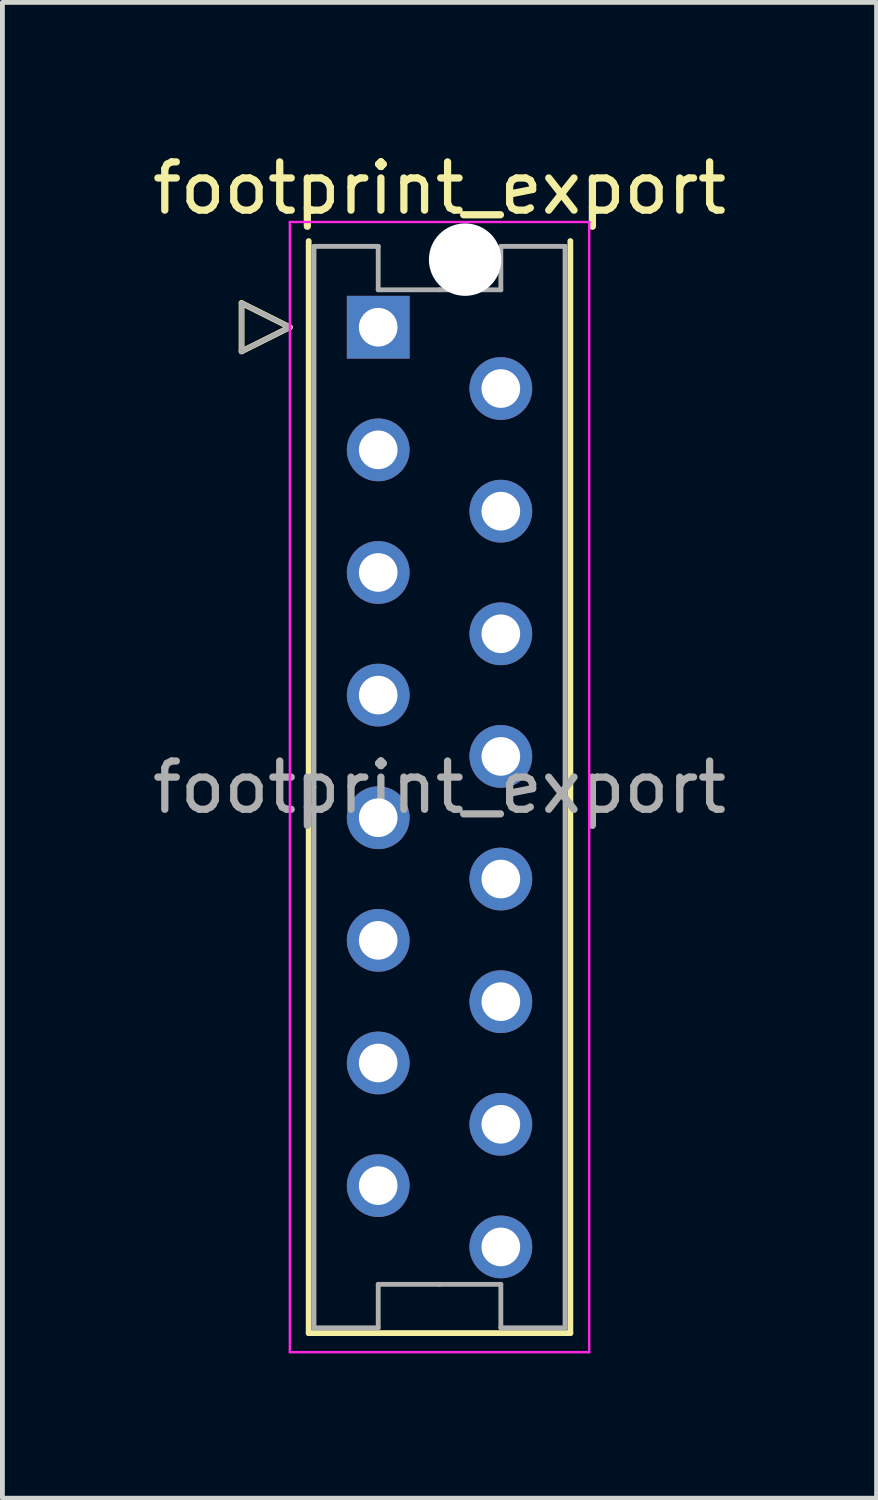
<source format=kicad_pcb>
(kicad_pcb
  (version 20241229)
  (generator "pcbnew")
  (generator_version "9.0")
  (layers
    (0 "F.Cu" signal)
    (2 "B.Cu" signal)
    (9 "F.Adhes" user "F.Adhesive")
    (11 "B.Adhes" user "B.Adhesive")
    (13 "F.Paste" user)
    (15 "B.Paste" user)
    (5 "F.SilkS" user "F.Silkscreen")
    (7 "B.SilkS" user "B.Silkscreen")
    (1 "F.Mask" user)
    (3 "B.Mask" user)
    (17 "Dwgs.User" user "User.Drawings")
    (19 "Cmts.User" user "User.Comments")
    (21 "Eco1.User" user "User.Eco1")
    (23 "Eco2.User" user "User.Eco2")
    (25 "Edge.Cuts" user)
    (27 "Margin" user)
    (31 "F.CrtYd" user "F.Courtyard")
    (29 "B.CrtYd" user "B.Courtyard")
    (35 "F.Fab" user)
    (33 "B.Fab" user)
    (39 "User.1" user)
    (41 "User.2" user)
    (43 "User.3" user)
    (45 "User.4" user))
  (footprint "footprint_export"
    (layer "F.Cu")
    (at 4.784 3.728)
    (property "Reference" "footprint_export" (at 1.27 -2.88 0) (layer "F.SilkS") (effects (font (size 1 1) (thickness 0.15))))
    (attr through_hole)
    (fp_line (start -2.83 -0.5) (end -1.83 0) (stroke (width 0.12) (type solid)) (layer "F.SilkS"))
    (fp_line (start -2.83 0.5) (end -2.83 -0.5) (stroke (width 0.12) (type solid)) (layer "F.SilkS"))
    (fp_line (start -1.83 0) (end -2.83 0.5) (stroke (width 0.12) (type solid)) (layer "F.SilkS"))
    (fp_line (start -1.44 -1.785) (end -1.44 20.835) (stroke (width 0.12) (type solid)) (layer "F.SilkS"))
    (fp_line (start -1.44 20.835) (end 3.98 20.835) (stroke (width 0.12) (type solid)) (layer "F.SilkS"))
    (fp_line (start 3.98 20.835) (end 3.98 -1.785) (stroke (width 0.12) (type solid)) (layer "F.SilkS"))
    (fp_line (start -1.83 -2.18) (end -1.83 21.23) (stroke (width 0.05) (type solid)) (layer "F.CrtYd"))
    (fp_line (start -1.83 21.23) (end 4.37 21.23) (stroke (width 0.05) (type solid)) (layer "F.CrtYd"))
    (fp_line (start 4.37 -2.18) (end -1.83 -2.18) (stroke (width 0.05) (type solid)) (layer "F.CrtYd"))
    (fp_line (start 4.37 21.23) (end 4.37 -2.18) (stroke (width 0.05) (type solid)) (layer "F.CrtYd"))
    (fp_line (start -2.83 -0.5) (end -1.83 0) (stroke (width 0.1) (type solid)) (layer "F.Fab"))
    (fp_line (start -2.83 0.5) (end -2.83 -0.5) (stroke (width 0.1) (type solid)) (layer "F.Fab"))
    (fp_line (start -1.83 0) (end -2.83 0.5) (stroke (width 0.1) (type solid)) (layer "F.Fab"))
    (fp_line (start -1.33 -1.675) (end -1.33 9.525) (stroke (width 0.1) (type solid)) (layer "F.Fab"))
    (fp_line (start -1.33 20.725) (end -1.33 9.525) (stroke (width 0.1) (type solid)) (layer "F.Fab"))
    (fp_line (start 0 -1.675) (end -1.33 -1.675) (stroke (width 0.1) (type solid)) (layer "F.Fab"))
    (fp_line (start 0 -0.775) (end 0 -1.675) (stroke (width 0.1) (type solid)) (layer "F.Fab"))
    (fp_line (start 0 19.825) (end 0 20.725) (stroke (width 0.1) (type solid)) (layer "F.Fab"))
    (fp_line (start 0 20.725) (end -1.33 20.725) (stroke (width 0.1) (type solid)) (layer "F.Fab"))
    (fp_line (start 1.27 -0.775) (end 0 -0.775) (stroke (width 0.1) (type solid)) (layer "F.Fab"))
    (fp_line (start 1.27 -0.775) (end 2.54 -0.775) (stroke (width 0.1) (type solid)) (layer "F.Fab"))
    (fp_line (start 1.27 19.825) (end 0 19.825) (stroke (width 0.1) (type solid)) (layer "F.Fab"))
    (fp_line (start 1.27 19.825) (end 2.54 19.825) (stroke (width 0.1) (type solid)) (layer "F.Fab"))
    (fp_line (start 2.54 -1.675) (end 3.87 -1.675) (stroke (width 0.1) (type solid)) (layer "F.Fab"))
    (fp_line (start 2.54 -0.775) (end 2.54 -1.675) (stroke (width 0.1) (type solid)) (layer "F.Fab"))
    (fp_line (start 2.54 19.825) (end 2.54 20.725) (stroke (width 0.1) (type solid)) (layer "F.Fab"))
    (fp_line (start 2.54 20.725) (end 3.87 20.725) (stroke (width 0.1) (type solid)) (layer "F.Fab"))
    (fp_line (start 3.87 -1.675) (end 3.87 9.525) (stroke (width 0.1) (type solid)) (layer "F.Fab"))
    (fp_line (start 3.87 20.725) (end 3.87 9.525) (stroke (width 0.1) (type solid)) (layer "F.Fab"))
    (fp_text user "${REFERENCE}" (at 1.27 9.53 0) (layer "F.Fab") (effects (font (size 1 1) (thickness 0.15))))
    (pad "" np_thru_hole circle (at 1.8 -1.4) (size 1.5 1.5) (drill 1.5) (layers "*.Cu" "*.Mask"))
    (pad "1" thru_hole rect (at 0 0) (size 1.3 1.3) (drill 0.8) (layers "*.Cu" "*.Mask"))
    (pad "2" thru_hole circle (at 2.54 1.27) (size 1.3 1.3) (drill 0.8) (layers "*.Cu" "*.Mask"))
    (pad "3" thru_hole circle (at 0 2.54) (size 1.3 1.3) (drill 0.8) (layers "*.Cu" "*.Mask"))
    (pad "4" thru_hole circle (at 2.54 3.81) (size 1.3 1.3) (drill 0.8) (layers "*.Cu" "*.Mask"))
    (pad "5" thru_hole circle (at 0 5.08) (size 1.3 1.3) (drill 0.8) (layers "*.Cu" "*.Mask"))
    (pad "6" thru_hole circle (at 2.54 6.35) (size 1.3 1.3) (drill 0.8) (layers "*.Cu" "*.Mask"))
    (pad "7" thru_hole circle (at 0 7.62) (size 1.3 1.3) (drill 0.8) (layers "*.Cu" "*.Mask"))
    (pad "8" thru_hole circle (at 2.54 8.89) (size 1.3 1.3) (drill 0.8) (layers "*.Cu" "*.Mask"))
    (pad "9" thru_hole circle (at 0 10.16) (size 1.3 1.3) (drill 0.8) (layers "*.Cu" "*.Mask"))
    (pad "10" thru_hole circle (at 2.54 11.43) (size 1.3 1.3) (drill 0.8) (layers "*.Cu" "*.Mask"))
    (pad "11" thru_hole circle (at 0 12.7) (size 1.3 1.3) (drill 0.8) (layers "*.Cu" "*.Mask"))
    (pad "12" thru_hole circle (at 2.54 13.97) (size 1.3 1.3) (drill 0.8) (layers "*.Cu" "*.Mask"))
    (pad "13" thru_hole circle (at 0 15.24) (size 1.3 1.3) (drill 0.8) (layers "*.Cu" "*.Mask"))
    (pad "14" thru_hole circle (at 2.54 16.51) (size 1.3 1.3) (drill 0.8) (layers "*.Cu" "*.Mask"))
    (pad "15" thru_hole circle (at 0 17.78) (size 1.3 1.3) (drill 0.8) (layers "*.Cu" "*.Mask"))
    (pad "16" thru_hole circle (at 2.54 19.05) (size 1.3 1.3) (drill 0.8) (layers "*.Cu" "*.Mask")))
  (gr_rect
    (start -3 -3)
    (end 15.107 27.983)
    (stroke (width 0.1) (type default))
    (fill no)
    (layer "Edge.Cuts")))
</source>
